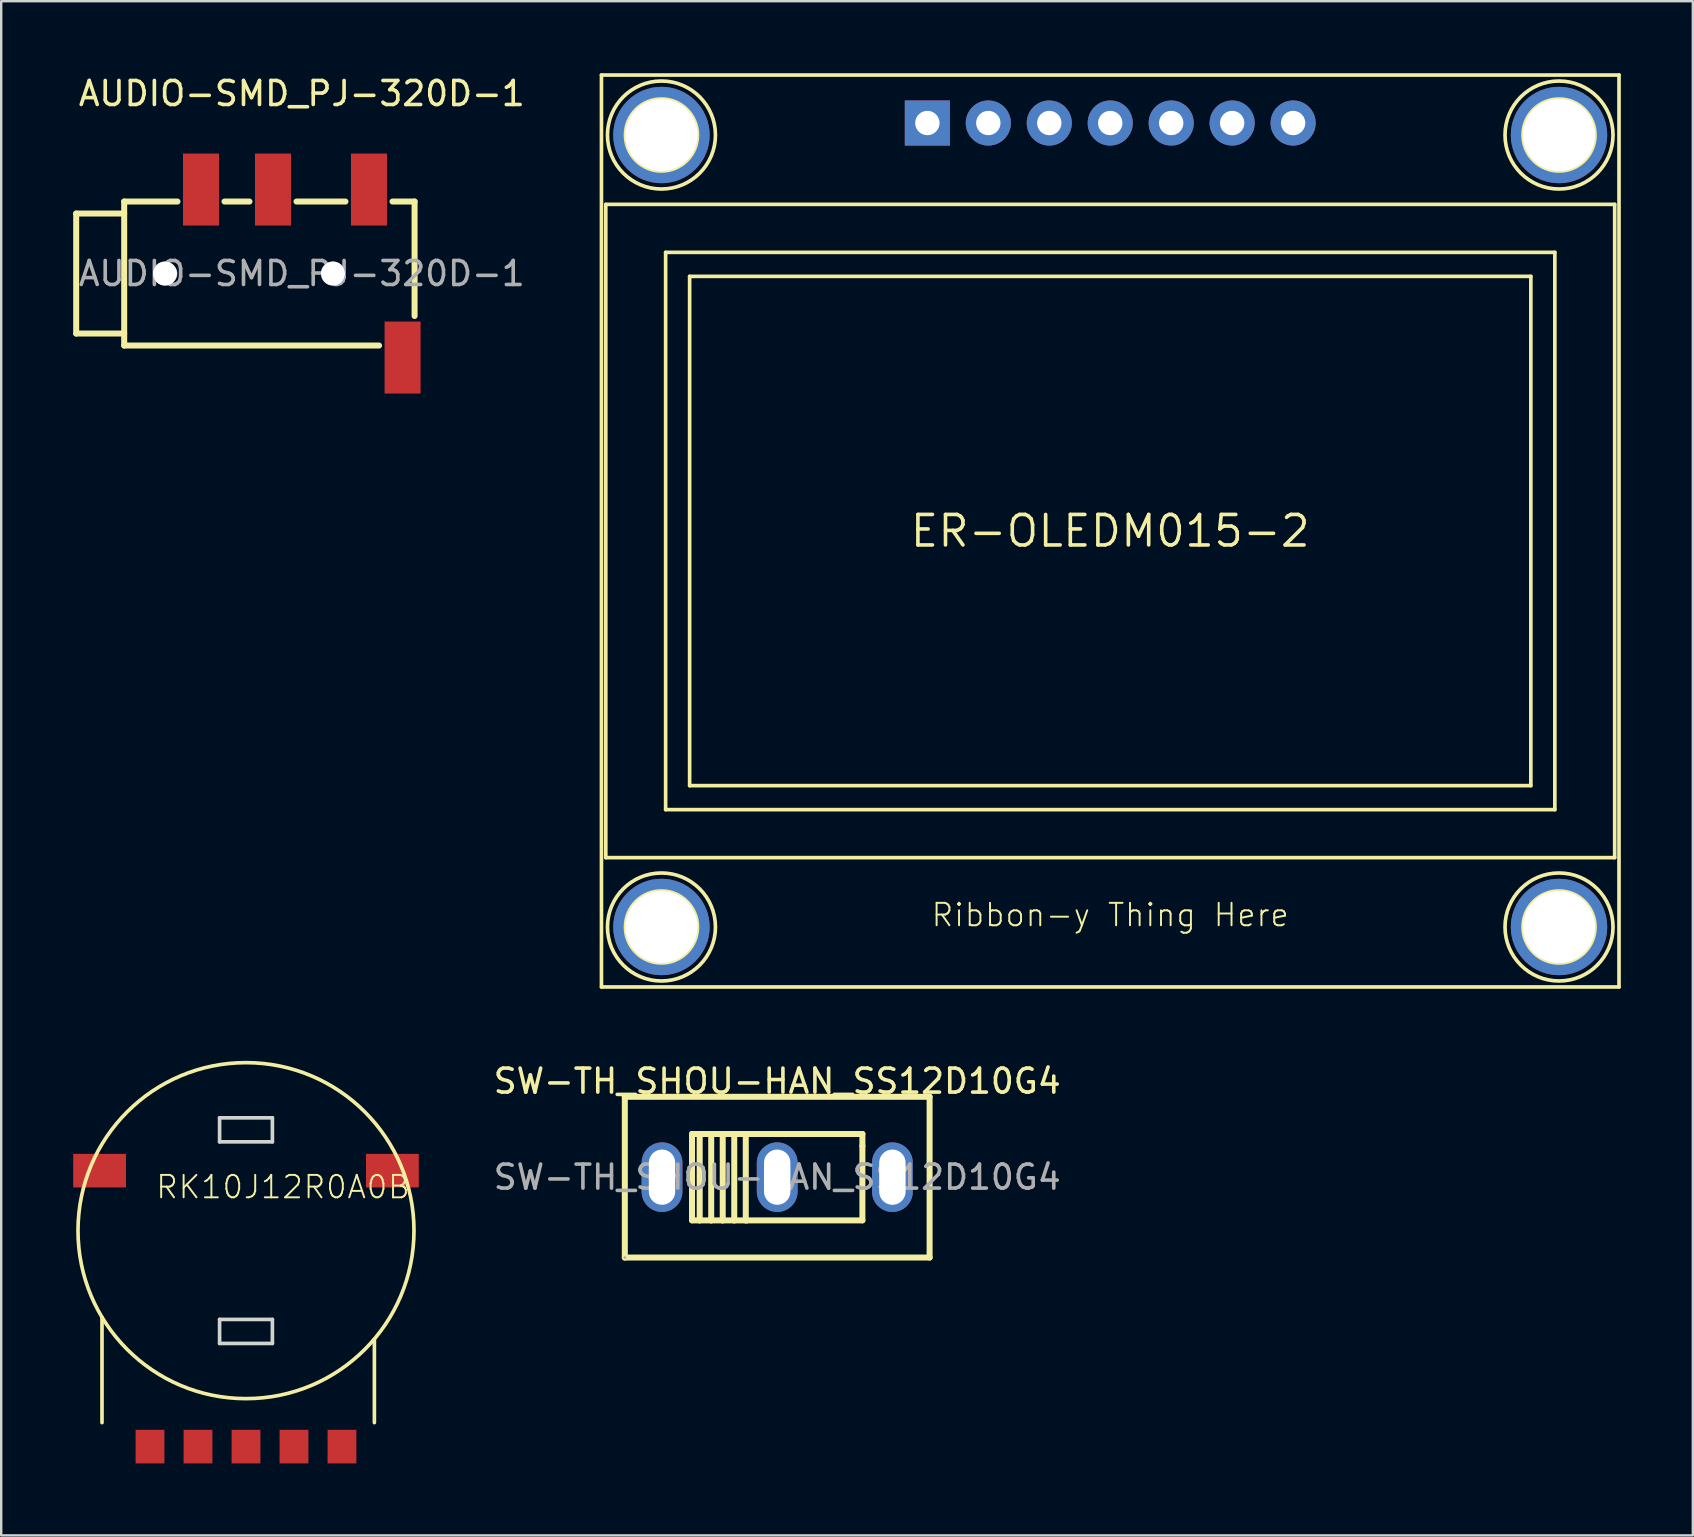
<source format=kicad_pcb>
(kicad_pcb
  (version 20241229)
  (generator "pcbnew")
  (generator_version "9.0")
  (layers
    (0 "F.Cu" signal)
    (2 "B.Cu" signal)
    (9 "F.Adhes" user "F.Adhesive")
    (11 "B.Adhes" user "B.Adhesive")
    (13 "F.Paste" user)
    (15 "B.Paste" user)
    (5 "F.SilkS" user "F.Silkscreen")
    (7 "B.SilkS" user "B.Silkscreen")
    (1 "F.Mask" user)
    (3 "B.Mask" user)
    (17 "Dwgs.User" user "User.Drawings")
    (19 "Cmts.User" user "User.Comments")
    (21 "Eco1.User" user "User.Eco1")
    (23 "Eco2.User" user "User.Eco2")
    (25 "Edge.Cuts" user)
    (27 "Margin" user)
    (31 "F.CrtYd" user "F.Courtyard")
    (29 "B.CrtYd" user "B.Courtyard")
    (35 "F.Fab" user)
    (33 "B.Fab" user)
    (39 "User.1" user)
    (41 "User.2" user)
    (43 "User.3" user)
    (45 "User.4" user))
  (footprint "AUDIO-SMD_PJ-320D-1"
    (layer "F.Cu")
    (at 9.525 8.348)
    (property "Reference" "AUDIO-SMD_PJ-320D-1" (at 0 -7.5 0) (layer "F.SilkS") (effects (font (size 1 1) (thickness 0.15))))
    (attr smd)
    (fp_line (start -9.4 -2.5) (end -9.4 2.5) (stroke (width 0.25) (type solid)) (layer "F.SilkS"))
    (fp_line (start -9.4 2.5) (end -7.4 2.5) (stroke (width 0.25) (type solid)) (layer "F.SilkS"))
    (fp_line (start -7.4 -3) (end -7.4 3) (stroke (width 0.25) (type solid)) (layer "F.SilkS"))
    (fp_line (start -7.4 -3) (end -5.18 -3) (stroke (width 0.25) (type solid)) (layer "F.SilkS"))
    (fp_line (start -7.4 -2.5) (end -9.4 -2.5) (stroke (width 0.25) (type solid)) (layer "F.SilkS"))
    (fp_line (start -7.4 3) (end 3.22 3) (stroke (width 0.25) (type solid)) (layer "F.SilkS"))
    (fp_line (start -3.22 -3) (end -2.18 -3) (stroke (width 0.25) (type solid)) (layer "F.SilkS"))
    (fp_line (start -0.22 -3) (end 1.82 -3) (stroke (width 0.25) (type solid)) (layer "F.SilkS"))
    (fp_line (start 3.78 -3) (end 4.7 -3) (stroke (width 0.25) (type solid)) (layer "F.SilkS"))
    (fp_line (start 4.7 -3) (end 4.7 1.77) (stroke (width 0.25) (type solid)) (layer "F.SilkS"))
    (fp_circle (center -5.58 0) (end -5.38 0) (stroke (width 0.4) (type solid)) (fill no) (layer "Cmts.User"))
    (fp_circle (center 1.42 0) (end 1.62 0) (stroke (width 0.4) (type solid)) (fill no) (layer "Cmts.User"))
    (fp_text user "${REFERENCE}" (at 0 0 0) (layer "F.Fab") (effects (font (size 1 1) (thickness 0.15))))
    (pad "" thru_hole circle (at -5.7 0) (size 1 1) (drill 1) (layers "*.Cu" "*.Mask"))
    (pad "" thru_hole circle (at 1.3 0) (size 1 1) (drill 1) (layers "*.Cu" "*.Mask"))
    (pad "R1" smd rect (at -1.2 -3.5 90) (size 3 1.5) (layers "F.Cu" "F.Mask" "F.Paste"))
    (pad "R2" smd rect (at -4.2 -3.5 90) (size 3 1.5) (layers "F.Cu" "F.Mask" "F.Paste"))
    (pad "S" smd rect (at 4.2 3.5 90) (size 3 1.5) (layers "F.Cu" "F.Mask" "F.Paste"))
    (pad "T" smd rect (at 2.8 -3.5 90) (size 3 1.5) (layers "F.Cu" "F.Mask" "F.Paste")))
  (footprint "ER-OLEDM015-2"
    (layer "F.Cu")
    (at 43.212 19.076)
    (property "Reference" "ER-OLEDM015-2" (at 0 0 0) (layer "F.SilkS") (effects (font (size 1.27 1.27) (thickness 0.15))))
    (fp_line (start -21.2 -19) (end -21.2 19) (stroke (width 0.152) (type solid)) (layer "F.SilkS"))
    (fp_line (start -21.2 -19) (end 21.2 -19) (stroke (width 0.152) (type solid)) (layer "F.SilkS"))
    (fp_line (start -21.2 19) (end 21.2 19) (stroke (width 0.152) (type solid)) (layer "F.SilkS"))
    (fp_line (start -21.02 -13.61) (end -21.02 13.61) (stroke (width 0.152) (type solid)) (layer "F.SilkS"))
    (fp_line (start -21.02 -13.61) (end 21.02 -13.61) (stroke (width 0.152) (type solid)) (layer "F.SilkS"))
    (fp_line (start -21.02 13.61) (end 21.02 13.61) (stroke (width 0.152) (type solid)) (layer "F.SilkS"))
    (fp_line (start -18.526 -11.61) (end 18.526 -11.61) (stroke (width 0.152) (type solid)) (layer "F.SilkS"))
    (fp_line (start -18.526 11.61) (end -18.526 -11.61) (stroke (width 0.152) (type solid)) (layer "F.SilkS"))
    (fp_line (start -17.526 -10.61) (end -17.526 10.61) (stroke (width 0.152) (type solid)) (layer "F.SilkS"))
    (fp_line (start -17.526 10.61) (end 17.526 10.61) (stroke (width 0.152) (type solid)) (layer "F.SilkS"))
    (fp_line (start 17.526 -10.61) (end -17.526 -10.61) (stroke (width 0.152) (type solid)) (layer "F.SilkS"))
    (fp_line (start 17.526 10.61) (end 17.526 -10.61) (stroke (width 0.152) (type solid)) (layer "F.SilkS"))
    (fp_line (start 18.526 -11.61) (end 18.526 11.61) (stroke (width 0.152) (type solid)) (layer "F.SilkS"))
    (fp_line (start 18.526 11.61) (end -18.526 11.61) (stroke (width 0.152) (type solid)) (layer "F.SilkS"))
    (fp_line (start 21.02 -13.61) (end 21.02 13.61) (stroke (width 0.152) (type solid)) (layer "F.SilkS"))
    (fp_line (start 21.2 19) (end 21.2 -19) (stroke (width 0.152) (type solid)) (layer "F.SilkS"))
    (fp_circle (center -18.7 -16.5) (end -17.2 -16.5) (stroke (width 0.152) (type solid)) (fill no) (layer "F.SilkS"))
    (fp_circle (center -18.7 -16.5) (end -16.45 -16.5) (stroke (width 0.152) (type solid)) (fill no) (layer "F.SilkS"))
    (fp_circle (center -18.7 16.5) (end -17.2 16.5) (stroke (width 0.152) (type solid)) (fill no) (layer "F.SilkS"))
    (fp_circle (center -18.7 16.5) (end -16.45 16.5) (stroke (width 0.152) (type solid)) (fill no) (layer "F.SilkS"))
    (fp_circle (center 18.7 -16.5) (end 20.2 -16.5) (stroke (width 0.152) (type solid)) (fill no) (layer "F.SilkS"))
    (fp_circle (center 18.7 -16.5) (end 20.95 -16.5) (stroke (width 0.152) (type solid)) (fill no) (layer "F.SilkS"))
    (fp_circle (center 18.7 16.5) (end 20.2 16.5) (stroke (width 0.152) (type solid)) (fill no) (layer "F.SilkS"))
    (fp_circle (center 18.7 16.5) (end 20.95 16.5) (stroke (width 0.152) (type solid)) (fill no) (layer "F.SilkS"))
    (fp_text user "Ribbon-y Thing Here" (at 0 16 0) (unlocked yes) (layer "F.SilkS") (effects (font (size 0.935 0.935) (thickness 0.081))))
    (pad "1" thru_hole rect (at -7.62 -17) (size 1.88 1.88) (drill 1.016) (layers "*.Cu" "*.Mask"))
    (pad "2" thru_hole circle (at -5.08 -17) (size 1.88 1.88) (drill 1.016) (layers "*.Cu" "*.Mask"))
    (pad "3" thru_hole circle (at -2.54 -17) (size 1.88 1.88) (drill 1.016) (layers "*.Cu" "*.Mask"))
    (pad "4" thru_hole circle (at 0 -17) (size 1.88 1.88) (drill 1.016) (layers "*.Cu" "*.Mask"))
    (pad "5" thru_hole circle (at 2.54 -17) (size 1.88 1.88) (drill 1.016) (layers "*.Cu" "*.Mask"))
    (pad "6" thru_hole circle (at 5.08 -17) (size 1.88 1.88) (drill 1.016) (layers "*.Cu" "*.Mask"))
    (pad "7" thru_hole circle (at 7.62 -17) (size 1.88 1.88) (drill 1.016) (layers "*.Cu" "*.Mask"))
    (pad "MNT1" thru_hole circle (at -18.7 -16.5) (size 4.016 4.016) (drill 3) (layers "*.Cu" "*.Mask"))
    (pad "MNT2" thru_hole circle (at 18.7 -16.5) (size 4.016 4.016) (drill 3) (layers "*.Cu" "*.Mask"))
    (pad "MNT3" thru_hole circle (at -18.7 16.5) (size 4.016 4.016) (drill 3) (layers "*.Cu" "*.Mask"))
    (pad "MNT4" thru_hole circle (at 18.7 16.5) (size 4.016 4.016) (drill 3) (layers "*.Cu" "*.Mask")))
  (footprint "RK10J12R0A0B"
    (layer "F.Cu")
    (at 7.2 48.229)
    (property "Reference" "RK10J12R0A0B" (at -3.81 -1.27 0) (unlocked yes) (layer "F.SilkS") (effects (font (size 0.935 0.935) (thickness 0.081)) (justify left bottom)))
    (fp_line (start -6 3.62) (end -6 8) (stroke (width 0.152) (type solid)) (layer "F.SilkS"))
    (fp_line (start 5.35 4.54) (end 5.35 8) (stroke (width 0.152) (type solid)) (layer "F.SilkS"))
    (fp_circle (center 0 0) (end 7 0) (stroke (width 0.152) (type solid)) (fill no) (layer "F.SilkS"))
    (fp_line (start -1.1 -4.7) (end 1.1 -4.7) (stroke (width 0.152) (type solid)) (layer "Edge.Cuts"))
    (fp_line (start -1.1 -3.7) (end -1.1 -4.7) (stroke (width 0.152) (type solid)) (layer "Edge.Cuts"))
    (fp_line (start -1.1 3.7) (end 1.1 3.7) (stroke (width 0.152) (type solid)) (layer "Edge.Cuts"))
    (fp_line (start -1.1 4.7) (end -1.1 3.7) (stroke (width 0.152) (type solid)) (layer "Edge.Cuts"))
    (fp_line (start 1.1 -4.7) (end 1.1 -3.7) (stroke (width 0.152) (type solid)) (layer "Edge.Cuts"))
    (fp_line (start 1.1 -3.7) (end -1.1 -3.7) (stroke (width 0.152) (type solid)) (layer "Edge.Cuts"))
    (fp_line (start 1.1 3.7) (end 1.1 4.7) (stroke (width 0.152) (type solid)) (layer "Edge.Cuts"))
    (fp_line (start 1.1 4.7) (end -1.1 4.7) (stroke (width 0.152) (type solid)) (layer "Edge.Cuts"))
    (pad "P1" smd rect (at -4 9) (size 1.2 1.4) (layers "F.Cu" "F.Mask" "F.Paste"))
    (pad "P2" smd rect (at -2 9) (size 1.2 1.4) (layers "F.Cu" "F.Mask" "F.Paste"))
    (pad "P3" smd rect (at 0 9) (size 1.2 1.4) (layers "F.Cu" "F.Mask" "F.Paste"))
    (pad "P4" smd rect (at 2 9) (size 1.2 1.4) (layers "F.Cu" "F.Mask" "F.Paste"))
    (pad "P5" smd rect (at 4 9) (size 1.2 1.4) (layers "F.Cu" "F.Mask" "F.Paste"))
    (pad "P6" smd rect (at -6.1 -2.5) (size 2.2 1.4) (layers "F.Cu" "F.Mask" "F.Paste"))
    (pad "P7" smd rect (at 6.1 -2.5) (size 2.2 1.4) (layers "F.Cu" "F.Mask" "F.Paste")))
  (footprint "SW-TH_SHOU-HAN_SS12D10G4"
    (layer "F.Cu")
    (at 29.335 46.001)
    (property "Reference" "SW-TH_SHOU-HAN_SS12D10G4" (at 0 -4 0) (layer "F.SilkS") (effects (font (size 1 1) (thickness 0.15))))
    (attr through_hole)
    (fp_line (start -6.35 -3.35) (end -6.35 3.35) (stroke (width 0.25) (type solid)) (layer "F.SilkS"))
    (fp_line (start -6.35 -3.35) (end 6.35 -3.35) (stroke (width 0.25) (type solid)) (layer "F.SilkS"))
    (fp_line (start -3.55 -1.8) (end -3.55 1.8) (stroke (width 0.25) (type solid)) (layer "F.SilkS"))
    (fp_line (start -3.55 1.8) (end 3.55 1.8) (stroke (width 0.25) (type solid)) (layer "F.SilkS"))
    (fp_line (start -3.23 -1.8) (end -3.23 1.8) (stroke (width 0.25) (type solid)) (layer "F.SilkS"))
    (fp_line (start -3.23 1.8) (end -3.24 1.8) (stroke (width 0.25) (type solid)) (layer "F.SilkS"))
    (fp_line (start -2.75 -1.8) (end -2.75 1.8) (stroke (width 0.25) (type solid)) (layer "F.SilkS"))
    (fp_line (start -2.75 1.8) (end -2.76 1.8) (stroke (width 0.25) (type solid)) (layer "F.SilkS"))
    (fp_line (start -2.27 -1.8) (end -2.27 1.8) (stroke (width 0.25) (type solid)) (layer "F.SilkS"))
    (fp_line (start -2.27 1.8) (end -2.28 1.8) (stroke (width 0.25) (type solid)) (layer "F.SilkS"))
    (fp_line (start -1.79 -1.8) (end -1.79 1.8) (stroke (width 0.25) (type solid)) (layer "F.SilkS"))
    (fp_line (start -1.79 1.8) (end -1.8 1.8) (stroke (width 0.25) (type solid)) (layer "F.SilkS"))
    (fp_line (start -1.31 -1.8) (end -1.31 1.8) (stroke (width 0.25) (type solid)) (layer "F.SilkS"))
    (fp_line (start -1.31 1.8) (end -1.26 1.8) (stroke (width 0.25) (type solid)) (layer "F.SilkS"))
    (fp_line (start 2.45 -1.8) (end -3.55 -1.8) (stroke (width 0.25) (type solid)) (layer "F.SilkS"))
    (fp_line (start 2.74 -1.8) (end 2.32 -1.8) (stroke (width 0.25) (type solid)) (layer "F.SilkS"))
    (fp_line (start 3.55 -1.8) (end 2.55 -1.8) (stroke (width 0.25) (type solid)) (layer "F.SilkS"))
    (fp_line (start 3.55 -1.3) (end 3.55 -1.8) (stroke (width 0.25) (type solid)) (layer "F.SilkS"))
    (fp_line (start 3.55 1.8) (end 3.55 -1.3) (stroke (width 0.25) (type solid)) (layer "F.SilkS"))
    (fp_line (start 6.35 -3.35) (end 6.35 3.35) (stroke (width 0.25) (type solid)) (layer "F.SilkS"))
    (fp_line (start 6.35 3.35) (end -6.35 3.35) (stroke (width 0.25) (type solid)) (layer "F.SilkS"))
    (fp_circle (center -6.35 3.35) (end -6.32 3.35) (stroke (width 0.06) (type solid)) (fill no) (layer "F.Fab"))
    (fp_text user "${REFERENCE}" (at 0 0 0) (layer "F.Fab") (effects (font (size 1 1) (thickness 0.15))))
    (pad "1" thru_hole oval (at -4.8 0) (size 1.7 2.9) (drill oval 1.1 2.3) (layers "*.Cu" "*.Mask"))
    (pad "2" thru_hole oval (at 0 0) (size 1.7 2.9) (drill oval 1.1 2.3) (layers "*.Cu" "*.Mask"))
    (pad "3" thru_hole oval (at 4.8 0) (size 1.7 2.9) (drill oval 1.1 2.3) (layers "*.Cu" "*.Mask")))
  (gr_rect
    (start -3 -3)
    (end 67.488 60.929)
    (stroke (width 0.1) (type default))
    (fill no)
    (layer "Edge.Cuts")))
</source>
